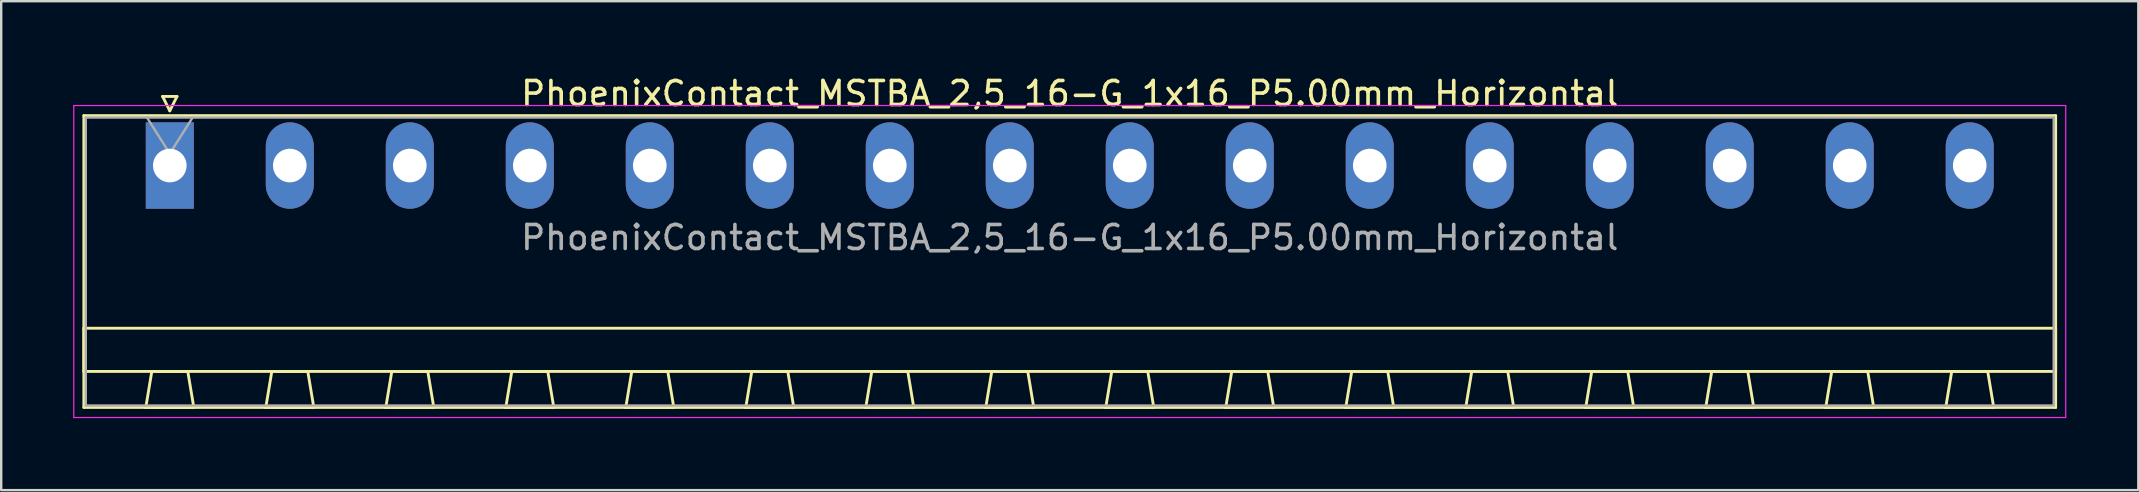
<source format=kicad_pcb>
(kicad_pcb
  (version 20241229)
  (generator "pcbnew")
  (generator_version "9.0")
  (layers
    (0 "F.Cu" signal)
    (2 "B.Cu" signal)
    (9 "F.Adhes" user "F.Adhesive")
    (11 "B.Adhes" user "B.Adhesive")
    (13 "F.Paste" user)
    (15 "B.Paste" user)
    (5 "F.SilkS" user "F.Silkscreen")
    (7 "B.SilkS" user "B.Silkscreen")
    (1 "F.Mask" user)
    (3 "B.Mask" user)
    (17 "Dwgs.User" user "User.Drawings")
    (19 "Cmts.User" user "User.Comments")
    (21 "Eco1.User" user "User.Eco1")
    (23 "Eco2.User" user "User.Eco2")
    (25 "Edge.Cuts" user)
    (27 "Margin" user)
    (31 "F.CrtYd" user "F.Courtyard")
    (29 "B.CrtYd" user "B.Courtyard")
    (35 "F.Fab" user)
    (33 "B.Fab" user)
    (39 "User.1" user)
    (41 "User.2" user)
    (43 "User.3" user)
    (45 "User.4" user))
  (footprint "PhoenixContact_MSTBA_2,5_16-G_1x16_P5.00mm_Horizontal"
    (layer "F.Cu")
    (at 4.025 3.848)
    (property "Reference" "PhoenixContact_MSTBA_2,5_16-G_1x16_P5.00mm_Horizontal" (at 37.5 -3 0) (layer "F.SilkS") (effects (font (size 1 1) (thickness 0.15))))
    (attr through_hole)
    (fp_line (start -3.58 -2.08) (end -3.58 10.08) (stroke (width 0.12) (type solid)) (layer "F.SilkS"))
    (fp_line (start -3.58 6.78) (end 78.58 6.78) (stroke (width 0.12) (type solid)) (layer "F.SilkS"))
    (fp_line (start -3.58 8.58) (end -3.58 6.78) (stroke (width 0.12) (type solid)) (layer "F.SilkS"))
    (fp_line (start -3.58 10.08) (end 78.58 10.08) (stroke (width 0.12) (type solid)) (layer "F.SilkS"))
    (fp_line (start -1 10.08) (end 1 10.08) (stroke (width 0.12) (type solid)) (layer "F.SilkS"))
    (fp_line (start -0.75 8.58) (end -1 10.08) (stroke (width 0.12) (type solid)) (layer "F.SilkS"))
    (fp_line (start -0.3 -2.88) (end 0.3 -2.88) (stroke (width 0.12) (type solid)) (layer "F.SilkS"))
    (fp_line (start 0 -2.28) (end -0.3 -2.88) (stroke (width 0.12) (type solid)) (layer "F.SilkS"))
    (fp_line (start 0.3 -2.88) (end 0 -2.28) (stroke (width 0.12) (type solid)) (layer "F.SilkS"))
    (fp_line (start 0.75 8.58) (end -0.75 8.58) (stroke (width 0.12) (type solid)) (layer "F.SilkS"))
    (fp_line (start 1 10.08) (end 0.75 8.58) (stroke (width 0.12) (type solid)) (layer "F.SilkS"))
    (fp_line (start 4 10.08) (end 6 10.08) (stroke (width 0.12) (type solid)) (layer "F.SilkS"))
    (fp_line (start 4.25 8.58) (end 4 10.08) (stroke (width 0.12) (type solid)) (layer "F.SilkS"))
    (fp_line (start 5.75 8.58) (end 4.25 8.58) (stroke (width 0.12) (type solid)) (layer "F.SilkS"))
    (fp_line (start 6 10.08) (end 5.75 8.58) (stroke (width 0.12) (type solid)) (layer "F.SilkS"))
    (fp_line (start 9 10.08) (end 11 10.08) (stroke (width 0.12) (type solid)) (layer "F.SilkS"))
    (fp_line (start 9.25 8.58) (end 9 10.08) (stroke (width 0.12) (type solid)) (layer "F.SilkS"))
    (fp_line (start 10.75 8.58) (end 9.25 8.58) (stroke (width 0.12) (type solid)) (layer "F.SilkS"))
    (fp_line (start 11 10.08) (end 10.75 8.58) (stroke (width 0.12) (type solid)) (layer "F.SilkS"))
    (fp_line (start 14 10.08) (end 16 10.08) (stroke (width 0.12) (type solid)) (layer "F.SilkS"))
    (fp_line (start 14.25 8.58) (end 14 10.08) (stroke (width 0.12) (type solid)) (layer "F.SilkS"))
    (fp_line (start 15.75 8.58) (end 14.25 8.58) (stroke (width 0.12) (type solid)) (layer "F.SilkS"))
    (fp_line (start 16 10.08) (end 15.75 8.58) (stroke (width 0.12) (type solid)) (layer "F.SilkS"))
    (fp_line (start 19 10.08) (end 21 10.08) (stroke (width 0.12) (type solid)) (layer "F.SilkS"))
    (fp_line (start 19.25 8.58) (end 19 10.08) (stroke (width 0.12) (type solid)) (layer "F.SilkS"))
    (fp_line (start 20.75 8.58) (end 19.25 8.58) (stroke (width 0.12) (type solid)) (layer "F.SilkS"))
    (fp_line (start 21 10.08) (end 20.75 8.58) (stroke (width 0.12) (type solid)) (layer "F.SilkS"))
    (fp_line (start 24 10.08) (end 26 10.08) (stroke (width 0.12) (type solid)) (layer "F.SilkS"))
    (fp_line (start 24.25 8.58) (end 24 10.08) (stroke (width 0.12) (type solid)) (layer "F.SilkS"))
    (fp_line (start 25.75 8.58) (end 24.25 8.58) (stroke (width 0.12) (type solid)) (layer "F.SilkS"))
    (fp_line (start 26 10.08) (end 25.75 8.58) (stroke (width 0.12) (type solid)) (layer "F.SilkS"))
    (fp_line (start 29 10.08) (end 31 10.08) (stroke (width 0.12) (type solid)) (layer "F.SilkS"))
    (fp_line (start 29.25 8.58) (end 29 10.08) (stroke (width 0.12) (type solid)) (layer "F.SilkS"))
    (fp_line (start 30.75 8.58) (end 29.25 8.58) (stroke (width 0.12) (type solid)) (layer "F.SilkS"))
    (fp_line (start 31 10.08) (end 30.75 8.58) (stroke (width 0.12) (type solid)) (layer "F.SilkS"))
    (fp_line (start 34 10.08) (end 36 10.08) (stroke (width 0.12) (type solid)) (layer "F.SilkS"))
    (fp_line (start 34.25 8.58) (end 34 10.08) (stroke (width 0.12) (type solid)) (layer "F.SilkS"))
    (fp_line (start 35.75 8.58) (end 34.25 8.58) (stroke (width 0.12) (type solid)) (layer "F.SilkS"))
    (fp_line (start 36 10.08) (end 35.75 8.58) (stroke (width 0.12) (type solid)) (layer "F.SilkS"))
    (fp_line (start 39 10.08) (end 41 10.08) (stroke (width 0.12) (type solid)) (layer "F.SilkS"))
    (fp_line (start 39.25 8.58) (end 39 10.08) (stroke (width 0.12) (type solid)) (layer "F.SilkS"))
    (fp_line (start 40.75 8.58) (end 39.25 8.58) (stroke (width 0.12) (type solid)) (layer "F.SilkS"))
    (fp_line (start 41 10.08) (end 40.75 8.58) (stroke (width 0.12) (type solid)) (layer "F.SilkS"))
    (fp_line (start 44 10.08) (end 46 10.08) (stroke (width 0.12) (type solid)) (layer "F.SilkS"))
    (fp_line (start 44.25 8.58) (end 44 10.08) (stroke (width 0.12) (type solid)) (layer "F.SilkS"))
    (fp_line (start 45.75 8.58) (end 44.25 8.58) (stroke (width 0.12) (type solid)) (layer "F.SilkS"))
    (fp_line (start 46 10.08) (end 45.75 8.58) (stroke (width 0.12) (type solid)) (layer "F.SilkS"))
    (fp_line (start 49 10.08) (end 51 10.08) (stroke (width 0.12) (type solid)) (layer "F.SilkS"))
    (fp_line (start 49.25 8.58) (end 49 10.08) (stroke (width 0.12) (type solid)) (layer "F.SilkS"))
    (fp_line (start 50.75 8.58) (end 49.25 8.58) (stroke (width 0.12) (type solid)) (layer "F.SilkS"))
    (fp_line (start 51 10.08) (end 50.75 8.58) (stroke (width 0.12) (type solid)) (layer "F.SilkS"))
    (fp_line (start 54 10.08) (end 56 10.08) (stroke (width 0.12) (type solid)) (layer "F.SilkS"))
    (fp_line (start 54.25 8.58) (end 54 10.08) (stroke (width 0.12) (type solid)) (layer "F.SilkS"))
    (fp_line (start 55.75 8.58) (end 54.25 8.58) (stroke (width 0.12) (type solid)) (layer "F.SilkS"))
    (fp_line (start 56 10.08) (end 55.75 8.58) (stroke (width 0.12) (type solid)) (layer "F.SilkS"))
    (fp_line (start 59 10.08) (end 61 10.08) (stroke (width 0.12) (type solid)) (layer "F.SilkS"))
    (fp_line (start 59.25 8.58) (end 59 10.08) (stroke (width 0.12) (type solid)) (layer "F.SilkS"))
    (fp_line (start 60.75 8.58) (end 59.25 8.58) (stroke (width 0.12) (type solid)) (layer "F.SilkS"))
    (fp_line (start 61 10.08) (end 60.75 8.58) (stroke (width 0.12) (type solid)) (layer "F.SilkS"))
    (fp_line (start 64 10.08) (end 66 10.08) (stroke (width 0.12) (type solid)) (layer "F.SilkS"))
    (fp_line (start 64.25 8.58) (end 64 10.08) (stroke (width 0.12) (type solid)) (layer "F.SilkS"))
    (fp_line (start 65.75 8.58) (end 64.25 8.58) (stroke (width 0.12) (type solid)) (layer "F.SilkS"))
    (fp_line (start 66 10.08) (end 65.75 8.58) (stroke (width 0.12) (type solid)) (layer "F.SilkS"))
    (fp_line (start 69 10.08) (end 71 10.08) (stroke (width 0.12) (type solid)) (layer "F.SilkS"))
    (fp_line (start 69.25 8.58) (end 69 10.08) (stroke (width 0.12) (type solid)) (layer "F.SilkS"))
    (fp_line (start 70.75 8.58) (end 69.25 8.58) (stroke (width 0.12) (type solid)) (layer "F.SilkS"))
    (fp_line (start 71 10.08) (end 70.75 8.58) (stroke (width 0.12) (type solid)) (layer "F.SilkS"))
    (fp_line (start 74 10.08) (end 76 10.08) (stroke (width 0.12) (type solid)) (layer "F.SilkS"))
    (fp_line (start 74.25 8.58) (end 74 10.08) (stroke (width 0.12) (type solid)) (layer "F.SilkS"))
    (fp_line (start 75.75 8.58) (end 74.25 8.58) (stroke (width 0.12) (type solid)) (layer "F.SilkS"))
    (fp_line (start 76 10.08) (end 75.75 8.58) (stroke (width 0.12) (type solid)) (layer "F.SilkS"))
    (fp_line (start 78.58 -2.08) (end -3.58 -2.08) (stroke (width 0.12) (type solid)) (layer "F.SilkS"))
    (fp_line (start 78.58 6.78) (end 78.58 8.58) (stroke (width 0.12) (type solid)) (layer "F.SilkS"))
    (fp_line (start 78.58 8.58) (end -3.58 8.58) (stroke (width 0.12) (type solid)) (layer "F.SilkS"))
    (fp_line (start 78.58 10.08) (end 78.58 -2.08) (stroke (width 0.12) (type solid)) (layer "F.SilkS"))
    (fp_line (start -4 -2.5) (end -4 10.5) (stroke (width 0.05) (type solid)) (layer "F.CrtYd"))
    (fp_line (start -4 10.5) (end 79 10.5) (stroke (width 0.05) (type solid)) (layer "F.CrtYd"))
    (fp_line (start 79 -2.5) (end -4 -2.5) (stroke (width 0.05) (type solid)) (layer "F.CrtYd"))
    (fp_line (start 79 10.5) (end 79 -2.5) (stroke (width 0.05) (type solid)) (layer "F.CrtYd"))
    (fp_line (start -3.5 -2) (end -3.5 10) (stroke (width 0.1) (type solid)) (layer "F.Fab"))
    (fp_line (start -3.5 10) (end 78.5 10) (stroke (width 0.1) (type solid)) (layer "F.Fab"))
    (fp_line (start 0 -0.5) (end -0.95 -2) (stroke (width 0.1) (type solid)) (layer "F.Fab"))
    (fp_line (start 0.95 -2) (end 0 -0.5) (stroke (width 0.1) (type solid)) (layer "F.Fab"))
    (fp_line (start 78.5 -2) (end -3.5 -2) (stroke (width 0.1) (type solid)) (layer "F.Fab"))
    (fp_line (start 78.5 10) (end 78.5 -2) (stroke (width 0.1) (type solid)) (layer "F.Fab"))
    (fp_text user "${REFERENCE}" (at 37.5 3 0) (layer "F.Fab") (effects (font (size 1 1) (thickness 0.15))))
    (pad "1" thru_hole rect (at 0 0) (size 2 3.6) (drill 1.4) (layers "*.Cu" "*.Mask"))
    (pad "2" thru_hole oval (at 5 0) (size 2 3.6) (drill 1.4) (layers "*.Cu" "*.Mask"))
    (pad "3" thru_hole oval (at 10 0) (size 2 3.6) (drill 1.4) (layers "*.Cu" "*.Mask"))
    (pad "4" thru_hole oval (at 15 0) (size 2 3.6) (drill 1.4) (layers "*.Cu" "*.Mask"))
    (pad "5" thru_hole oval (at 20 0) (size 2 3.6) (drill 1.4) (layers "*.Cu" "*.Mask"))
    (pad "6" thru_hole oval (at 25 0) (size 2 3.6) (drill 1.4) (layers "*.Cu" "*.Mask"))
    (pad "7" thru_hole oval (at 30 0) (size 2 3.6) (drill 1.4) (layers "*.Cu" "*.Mask"))
    (pad "8" thru_hole oval (at 35 0) (size 2 3.6) (drill 1.4) (layers "*.Cu" "*.Mask"))
    (pad "9" thru_hole oval (at 40 0) (size 2 3.6) (drill 1.4) (layers "*.Cu" "*.Mask"))
    (pad "10" thru_hole oval (at 45 0) (size 2 3.6) (drill 1.4) (layers "*.Cu" "*.Mask"))
    (pad "11" thru_hole oval (at 50 0) (size 2 3.6) (drill 1.4) (layers "*.Cu" "*.Mask"))
    (pad "12" thru_hole oval (at 55 0) (size 2 3.6) (drill 1.4) (layers "*.Cu" "*.Mask"))
    (pad "13" thru_hole oval (at 60 0) (size 2 3.6) (drill 1.4) (layers "*.Cu" "*.Mask"))
    (pad "14" thru_hole oval (at 65 0) (size 2 3.6) (drill 1.4) (layers "*.Cu" "*.Mask"))
    (pad "15" thru_hole oval (at 70 0) (size 2 3.6) (drill 1.4) (layers "*.Cu" "*.Mask"))
    (pad "16" thru_hole oval (at 75 0) (size 2 3.6) (drill 1.4) (layers "*.Cu" "*.Mask")))
  (gr_rect
    (start -3 -3)
    (end 86.05 17.373)
    (stroke (width 0.1) (type default))
    (fill no)
    (layer "Edge.Cuts")))
</source>
